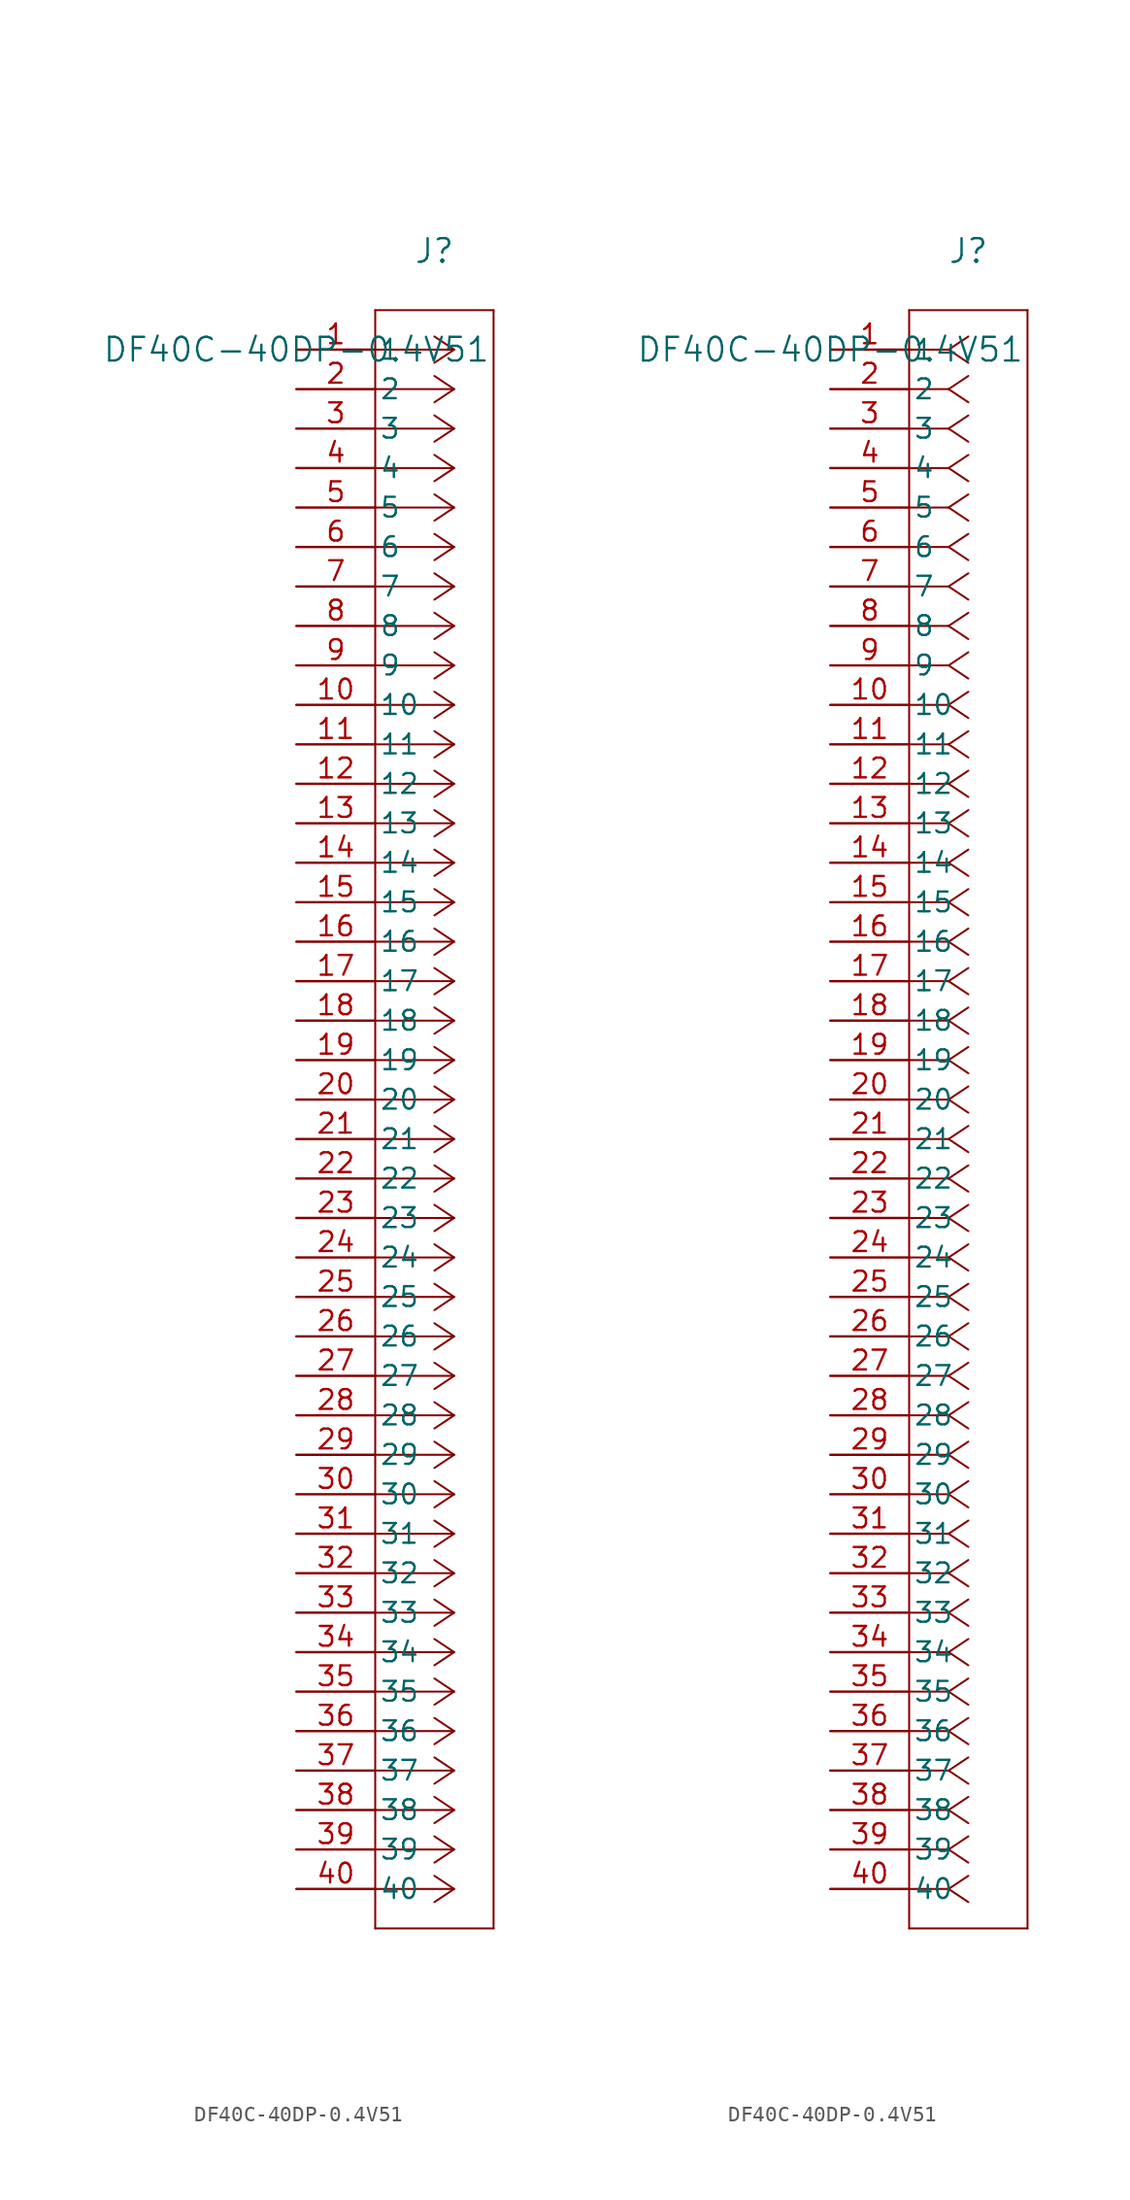
<source format=kicad_sym>
(kicad_symbol_lib
  (version 20211014)
  (generator kicad_symbol_editor)
  (symbol "DF40C-40DP-0.4V51"
    (pin_names
      (offset 0.254))
    (property "Reference" "J"
      (at 8.89 6.35 0)
      (effects (font (size 1.524 1.524))))
    (property "Value" "DF40C-40DP-0.4V51"
      (at 0 0 0)
      (effects (font (size 1.524 1.524))))
    (symbol "DF40C-40DP-0.4V51_1_1"
      (polyline (pts (xy 10.16 0) (xy 5.08 0)) (stroke (width 0.127) (type default) (color 0 0 0 0)) (fill (type none)))
      (polyline (pts (xy 10.16 -2.54) (xy 5.08 -2.54)) (stroke (width 0.127) (type default) (color 0 0 0 0)) (fill (type none)))
      (polyline (pts (xy 10.16 -5.08) (xy 5.08 -5.08)) (stroke (width 0.127) (type default) (color 0 0 0 0)) (fill (type none)))
      (polyline (pts (xy 10.16 -7.62) (xy 5.08 -7.62)) (stroke (width 0.127) (type default) (color 0 0 0 0)) (fill (type none)))
      (polyline (pts (xy 10.16 -10.16) (xy 5.08 -10.16)) (stroke (width 0.127) (type default) (color 0 0 0 0)) (fill (type none)))
      (polyline (pts (xy 10.16 -12.7) (xy 5.08 -12.7)) (stroke (width 0.127) (type default) (color 0 0 0 0)) (fill (type none)))
      (polyline (pts (xy 10.16 -15.24) (xy 5.08 -15.24)) (stroke (width 0.127) (type default) (color 0 0 0 0)) (fill (type none)))
      (polyline (pts (xy 10.16 -17.78) (xy 5.08 -17.78)) (stroke (width 0.127) (type default) (color 0 0 0 0)) (fill (type none)))
      (polyline (pts (xy 10.16 -20.32) (xy 5.08 -20.32)) (stroke (width 0.127) (type default) (color 0 0 0 0)) (fill (type none)))
      (polyline (pts (xy 10.16 -22.86) (xy 5.08 -22.86)) (stroke (width 0.127) (type default) (color 0 0 0 0)) (fill (type none)))
      (polyline (pts (xy 10.16 -25.4) (xy 5.08 -25.4)) (stroke (width 0.127) (type default) (color 0 0 0 0)) (fill (type none)))
      (polyline (pts (xy 10.16 -27.94) (xy 5.08 -27.94)) (stroke (width 0.127) (type default) (color 0 0 0 0)) (fill (type none)))
      (polyline (pts (xy 10.16 -30.48) (xy 5.08 -30.48)) (stroke (width 0.127) (type default) (color 0 0 0 0)) (fill (type none)))
      (polyline (pts (xy 10.16 -33.02) (xy 5.08 -33.02)) (stroke (width 0.127) (type default) (color 0 0 0 0)) (fill (type none)))
      (polyline (pts (xy 10.16 -35.56) (xy 5.08 -35.56)) (stroke (width 0.127) (type default) (color 0 0 0 0)) (fill (type none)))
      (polyline (pts (xy 10.16 -38.1) (xy 5.08 -38.1)) (stroke (width 0.127) (type default) (color 0 0 0 0)) (fill (type none)))
      (polyline (pts (xy 10.16 -40.64) (xy 5.08 -40.64)) (stroke (width 0.127) (type default) (color 0 0 0 0)) (fill (type none)))
      (polyline (pts (xy 10.16 -43.18) (xy 5.08 -43.18)) (stroke (width 0.127) (type default) (color 0 0 0 0)) (fill (type none)))
      (polyline (pts (xy 10.16 -45.72) (xy 5.08 -45.72)) (stroke (width 0.127) (type default) (color 0 0 0 0)) (fill (type none)))
      (polyline (pts (xy 10.16 -48.26) (xy 5.08 -48.26)) (stroke (width 0.127) (type default) (color 0 0 0 0)) (fill (type none)))
      (polyline (pts (xy 10.16 -50.8) (xy 5.08 -50.8)) (stroke (width 0.127) (type default) (color 0 0 0 0)) (fill (type none)))
      (polyline (pts (xy 10.16 -53.34) (xy 5.08 -53.34)) (stroke (width 0.127) (type default) (color 0 0 0 0)) (fill (type none)))
      (polyline (pts (xy 10.16 -55.88) (xy 5.08 -55.88)) (stroke (width 0.127) (type default) (color 0 0 0 0)) (fill (type none)))
      (polyline (pts (xy 10.16 -58.42) (xy 5.08 -58.42)) (stroke (width 0.127) (type default) (color 0 0 0 0)) (fill (type none)))
      (polyline (pts (xy 10.16 -60.96) (xy 5.08 -60.96)) (stroke (width 0.127) (type default) (color 0 0 0 0)) (fill (type none)))
      (polyline (pts (xy 10.16 -63.5) (xy 5.08 -63.5)) (stroke (width 0.127) (type default) (color 0 0 0 0)) (fill (type none)))
      (polyline (pts (xy 10.16 -66.04) (xy 5.08 -66.04)) (stroke (width 0.127) (type default) (color 0 0 0 0)) (fill (type none)))
      (polyline (pts (xy 10.16 -68.58) (xy 5.08 -68.58)) (stroke (width 0.127) (type default) (color 0 0 0 0)) (fill (type none)))
      (polyline (pts (xy 10.16 -71.12) (xy 5.08 -71.12)) (stroke (width 0.127) (type default) (color 0 0 0 0)) (fill (type none)))
      (polyline (pts (xy 10.16 -73.66) (xy 5.08 -73.66)) (stroke (width 0.127) (type default) (color 0 0 0 0)) (fill (type none)))
      (polyline (pts (xy 10.16 -76.2) (xy 5.08 -76.2)) (stroke (width 0.127) (type default) (color 0 0 0 0)) (fill (type none)))
      (polyline (pts (xy 10.16 -78.74) (xy 5.08 -78.74)) (stroke (width 0.127) (type default) (color 0 0 0 0)) (fill (type none)))
      (polyline (pts (xy 10.16 -81.28) (xy 5.08 -81.28)) (stroke (width 0.127) (type default) (color 0 0 0 0)) (fill (type none)))
      (polyline (pts (xy 10.16 -83.82) (xy 5.08 -83.82)) (stroke (width 0.127) (type default) (color 0 0 0 0)) (fill (type none)))
      (polyline (pts (xy 10.16 -86.36) (xy 5.08 -86.36)) (stroke (width 0.127) (type default) (color 0 0 0 0)) (fill (type none)))
      (polyline (pts (xy 10.16 -88.9) (xy 5.08 -88.9)) (stroke (width 0.127) (type default) (color 0 0 0 0)) (fill (type none)))
      (polyline (pts (xy 10.16 -91.44) (xy 5.08 -91.44)) (stroke (width 0.127) (type default) (color 0 0 0 0)) (fill (type none)))
      (polyline (pts (xy 10.16 -93.98) (xy 5.08 -93.98)) (stroke (width 0.127) (type default) (color 0 0 0 0)) (fill (type none)))
      (polyline (pts (xy 10.16 -96.52) (xy 5.08 -96.52)) (stroke (width 0.127) (type default) (color 0 0 0 0)) (fill (type none)))
      (polyline (pts (xy 10.16 -99.06) (xy 5.08 -99.06)) (stroke (width 0.127) (type default) (color 0 0 0 0)) (fill (type none)))
      (polyline (pts (xy 10.16 0) (xy 8.89 0.847)) (stroke (width 0.127) (type default) (color 0 0 0 0)) (fill (type none)))
      (polyline (pts (xy 10.16 -2.54) (xy 8.89 -1.693)) (stroke (width 0.127) (type default) (color 0 0 0 0)) (fill (type none)))
      (polyline (pts (xy 10.16 -5.08) (xy 8.89 -4.233)) (stroke (width 0.127) (type default) (color 0 0 0 0)) (fill (type none)))
      (polyline (pts (xy 10.16 -7.62) (xy 8.89 -6.773)) (stroke (width 0.127) (type default) (color 0 0 0 0)) (fill (type none)))
      (polyline (pts (xy 10.16 -10.16) (xy 8.89 -9.313)) (stroke (width 0.127) (type default) (color 0 0 0 0)) (fill (type none)))
      (polyline (pts (xy 10.16 -12.7) (xy 8.89 -11.853)) (stroke (width 0.127) (type default) (color 0 0 0 0)) (fill (type none)))
      (polyline (pts (xy 10.16 -15.24) (xy 8.89 -14.393)) (stroke (width 0.127) (type default) (color 0 0 0 0)) (fill (type none)))
      (polyline (pts (xy 10.16 -17.78) (xy 8.89 -16.933)) (stroke (width 0.127) (type default) (color 0 0 0 0)) (fill (type none)))
      (polyline (pts (xy 10.16 -20.32) (xy 8.89 -19.473)) (stroke (width 0.127) (type default) (color 0 0 0 0)) (fill (type none)))
      (polyline (pts (xy 10.16 -22.86) (xy 8.89 -22.013)) (stroke (width 0.127) (type default) (color 0 0 0 0)) (fill (type none)))
      (polyline (pts (xy 10.16 -25.4) (xy 8.89 -24.553)) (stroke (width 0.127) (type default) (color 0 0 0 0)) (fill (type none)))
      (polyline (pts (xy 10.16 -27.94) (xy 8.89 -27.093)) (stroke (width 0.127) (type default) (color 0 0 0 0)) (fill (type none)))
      (polyline (pts (xy 10.16 -30.48) (xy 8.89 -29.633)) (stroke (width 0.127) (type default) (color 0 0 0 0)) (fill (type none)))
      (polyline (pts (xy 10.16 -33.02) (xy 8.89 -32.173)) (stroke (width 0.127) (type default) (color 0 0 0 0)) (fill (type none)))
      (polyline (pts (xy 10.16 -35.56) (xy 8.89 -34.713)) (stroke (width 0.127) (type default) (color 0 0 0 0)) (fill (type none)))
      (polyline (pts (xy 10.16 -38.1) (xy 8.89 -37.253)) (stroke (width 0.127) (type default) (color 0 0 0 0)) (fill (type none)))
      (polyline (pts (xy 10.16 -40.64) (xy 8.89 -39.793)) (stroke (width 0.127) (type default) (color 0 0 0 0)) (fill (type none)))
      (polyline (pts (xy 10.16 -43.18) (xy 8.89 -42.333)) (stroke (width 0.127) (type default) (color 0 0 0 0)) (fill (type none)))
      (polyline (pts (xy 10.16 -45.72) (xy 8.89 -44.873)) (stroke (width 0.127) (type default) (color 0 0 0 0)) (fill (type none)))
      (polyline (pts (xy 10.16 -48.26) (xy 8.89 -47.413)) (stroke (width 0.127) (type default) (color 0 0 0 0)) (fill (type none)))
      (polyline (pts (xy 10.16 -50.8) (xy 8.89 -49.953)) (stroke (width 0.127) (type default) (color 0 0 0 0)) (fill (type none)))
      (polyline (pts (xy 10.16 -53.34) (xy 8.89 -52.493)) (stroke (width 0.127) (type default) (color 0 0 0 0)) (fill (type none)))
      (polyline (pts (xy 10.16 -55.88) (xy 8.89 -55.033)) (stroke (width 0.127) (type default) (color 0 0 0 0)) (fill (type none)))
      (polyline (pts (xy 10.16 -58.42) (xy 8.89 -57.573)) (stroke (width 0.127) (type default) (color 0 0 0 0)) (fill (type none)))
      (polyline (pts (xy 10.16 -60.96) (xy 8.89 -60.113)) (stroke (width 0.127) (type default) (color 0 0 0 0)) (fill (type none)))
      (polyline (pts (xy 10.16 -63.5) (xy 8.89 -62.653)) (stroke (width 0.127) (type default) (color 0 0 0 0)) (fill (type none)))
      (polyline (pts (xy 10.16 -66.04) (xy 8.89 -65.193)) (stroke (width 0.127) (type default) (color 0 0 0 0)) (fill (type none)))
      (polyline (pts (xy 10.16 -68.58) (xy 8.89 -67.733)) (stroke (width 0.127) (type default) (color 0 0 0 0)) (fill (type none)))
      (polyline (pts (xy 10.16 -71.12) (xy 8.89 -70.273)) (stroke (width 0.127) (type default) (color 0 0 0 0)) (fill (type none)))
      (polyline (pts (xy 10.16 -73.66) (xy 8.89 -72.813)) (stroke (width 0.127) (type default) (color 0 0 0 0)) (fill (type none)))
      (polyline (pts (xy 10.16 -76.2) (xy 8.89 -75.353)) (stroke (width 0.127) (type default) (color 0 0 0 0)) (fill (type none)))
      (polyline (pts (xy 10.16 -78.74) (xy 8.89 -77.893)) (stroke (width 0.127) (type default) (color 0 0 0 0)) (fill (type none)))
      (polyline (pts (xy 10.16 -81.28) (xy 8.89 -80.433)) (stroke (width 0.127) (type default) (color 0 0 0 0)) (fill (type none)))
      (polyline (pts (xy 10.16 -83.82) (xy 8.89 -82.973)) (stroke (width 0.127) (type default) (color 0 0 0 0)) (fill (type none)))
      (polyline (pts (xy 10.16 -86.36) (xy 8.89 -85.513)) (stroke (width 0.127) (type default) (color 0 0 0 0)) (fill (type none)))
      (polyline (pts (xy 10.16 -88.9) (xy 8.89 -88.053)) (stroke (width 0.127) (type default) (color 0 0 0 0)) (fill (type none)))
      (polyline (pts (xy 10.16 -91.44) (xy 8.89 -90.593)) (stroke (width 0.127) (type default) (color 0 0 0 0)) (fill (type none)))
      (polyline (pts (xy 10.16 -93.98) (xy 8.89 -93.133)) (stroke (width 0.127) (type default) (color 0 0 0 0)) (fill (type none)))
      (polyline (pts (xy 10.16 -96.52) (xy 8.89 -95.673)) (stroke (width 0.127) (type default) (color 0 0 0 0)) (fill (type none)))
      (polyline (pts (xy 10.16 -99.06) (xy 8.89 -98.213)) (stroke (width 0.127) (type default) (color 0 0 0 0)) (fill (type none)))
      (polyline (pts (xy 10.16 0) (xy 8.89 -0.847)) (stroke (width 0.127) (type default) (color 0 0 0 0)) (fill (type none)))
      (polyline (pts (xy 10.16 -2.54) (xy 8.89 -3.387)) (stroke (width 0.127) (type default) (color 0 0 0 0)) (fill (type none)))
      (polyline (pts (xy 10.16 -5.08) (xy 8.89 -5.927)) (stroke (width 0.127) (type default) (color 0 0 0 0)) (fill (type none)))
      (polyline (pts (xy 10.16 -7.62) (xy 8.89 -8.467)) (stroke (width 0.127) (type default) (color 0 0 0 0)) (fill (type none)))
      (polyline (pts (xy 10.16 -10.16) (xy 8.89 -11.007)) (stroke (width 0.127) (type default) (color 0 0 0 0)) (fill (type none)))
      (polyline (pts (xy 10.16 -12.7) (xy 8.89 -13.547)) (stroke (width 0.127) (type default) (color 0 0 0 0)) (fill (type none)))
      (polyline (pts (xy 10.16 -15.24) (xy 8.89 -16.087)) (stroke (width 0.127) (type default) (color 0 0 0 0)) (fill (type none)))
      (polyline (pts (xy 10.16 -17.78) (xy 8.89 -18.627)) (stroke (width 0.127) (type default) (color 0 0 0 0)) (fill (type none)))
      (polyline (pts (xy 10.16 -20.32) (xy 8.89 -21.167)) (stroke (width 0.127) (type default) (color 0 0 0 0)) (fill (type none)))
      (polyline (pts (xy 10.16 -22.86) (xy 8.89 -23.707)) (stroke (width 0.127) (type default) (color 0 0 0 0)) (fill (type none)))
      (polyline (pts (xy 10.16 -25.4) (xy 8.89 -26.247)) (stroke (width 0.127) (type default) (color 0 0 0 0)) (fill (type none)))
      (polyline (pts (xy 10.16 -27.94) (xy 8.89 -28.787)) (stroke (width 0.127) (type default) (color 0 0 0 0)) (fill (type none)))
      (polyline (pts (xy 10.16 -30.48) (xy 8.89 -31.327)) (stroke (width 0.127) (type default) (color 0 0 0 0)) (fill (type none)))
      (polyline (pts (xy 10.16 -33.02) (xy 8.89 -33.867)) (stroke (width 0.127) (type default) (color 0 0 0 0)) (fill (type none)))
      (polyline (pts (xy 10.16 -35.56) (xy 8.89 -36.407)) (stroke (width 0.127) (type default) (color 0 0 0 0)) (fill (type none)))
      (polyline (pts (xy 10.16 -38.1) (xy 8.89 -38.947)) (stroke (width 0.127) (type default) (color 0 0 0 0)) (fill (type none)))
      (polyline (pts (xy 10.16 -40.64) (xy 8.89 -41.487)) (stroke (width 0.127) (type default) (color 0 0 0 0)) (fill (type none)))
      (polyline (pts (xy 10.16 -43.18) (xy 8.89 -44.027)) (stroke (width 0.127) (type default) (color 0 0 0 0)) (fill (type none)))
      (polyline (pts (xy 10.16 -45.72) (xy 8.89 -46.567)) (stroke (width 0.127) (type default) (color 0 0 0 0)) (fill (type none)))
      (polyline (pts (xy 10.16 -48.26) (xy 8.89 -49.107)) (stroke (width 0.127) (type default) (color 0 0 0 0)) (fill (type none)))
      (polyline (pts (xy 10.16 -50.8) (xy 8.89 -51.647)) (stroke (width 0.127) (type default) (color 0 0 0 0)) (fill (type none)))
      (polyline (pts (xy 10.16 -53.34) (xy 8.89 -54.187)) (stroke (width 0.127) (type default) (color 0 0 0 0)) (fill (type none)))
      (polyline (pts (xy 10.16 -55.88) (xy 8.89 -56.727)) (stroke (width 0.127) (type default) (color 0 0 0 0)) (fill (type none)))
      (polyline (pts (xy 10.16 -58.42) (xy 8.89 -59.267)) (stroke (width 0.127) (type default) (color 0 0 0 0)) (fill (type none)))
      (polyline (pts (xy 10.16 -60.96) (xy 8.89 -61.807)) (stroke (width 0.127) (type default) (color 0 0 0 0)) (fill (type none)))
      (polyline (pts (xy 10.16 -63.5) (xy 8.89 -64.347)) (stroke (width 0.127) (type default) (color 0 0 0 0)) (fill (type none)))
      (polyline (pts (xy 10.16 -66.04) (xy 8.89 -66.887)) (stroke (width 0.127) (type default) (color 0 0 0 0)) (fill (type none)))
      (polyline (pts (xy 10.16 -68.58) (xy 8.89 -69.427)) (stroke (width 0.127) (type default) (color 0 0 0 0)) (fill (type none)))
      (polyline (pts (xy 10.16 -71.12) (xy 8.89 -71.967)) (stroke (width 0.127) (type default) (color 0 0 0 0)) (fill (type none)))
      (polyline (pts (xy 10.16 -73.66) (xy 8.89 -74.507)) (stroke (width 0.127) (type default) (color 0 0 0 0)) (fill (type none)))
      (polyline (pts (xy 10.16 -76.2) (xy 8.89 -77.047)) (stroke (width 0.127) (type default) (color 0 0 0 0)) (fill (type none)))
      (polyline (pts (xy 10.16 -78.74) (xy 8.89 -79.587)) (stroke (width 0.127) (type default) (color 0 0 0 0)) (fill (type none)))
      (polyline (pts (xy 10.16 -81.28) (xy 8.89 -82.127)) (stroke (width 0.127) (type default) (color 0 0 0 0)) (fill (type none)))
      (polyline (pts (xy 10.16 -83.82) (xy 8.89 -84.667)) (stroke (width 0.127) (type default) (color 0 0 0 0)) (fill (type none)))
      (polyline (pts (xy 10.16 -86.36) (xy 8.89 -87.207)) (stroke (width 0.127) (type default) (color 0 0 0 0)) (fill (type none)))
      (polyline (pts (xy 10.16 -88.9) (xy 8.89 -89.747)) (stroke (width 0.127) (type default) (color 0 0 0 0)) (fill (type none)))
      (polyline (pts (xy 10.16 -91.44) (xy 8.89 -92.287)) (stroke (width 0.127) (type default) (color 0 0 0 0)) (fill (type none)))
      (polyline (pts (xy 10.16 -93.98) (xy 8.89 -94.827)) (stroke (width 0.127) (type default) (color 0 0 0 0)) (fill (type none)))
      (polyline (pts (xy 10.16 -96.52) (xy 8.89 -97.367)) (stroke (width 0.127) (type default) (color 0 0 0 0)) (fill (type none)))
      (polyline (pts (xy 10.16 -99.06) (xy 8.89 -99.907)) (stroke (width 0.127) (type default) (color 0 0 0 0)) (fill (type none)))
      (polyline (pts (xy 5.08 2.54) (xy 5.08 -101.6)) (stroke (width 0.127) (type default) (color 0 0 0 0)) (fill (type none)))
      (polyline (pts (xy 5.08 -101.6) (xy 12.7 -101.6)) (stroke (width 0.127) (type default) (color 0 0 0 0)) (fill (type none)))
      (polyline (pts (xy 12.7 -101.6) (xy 12.7 2.54)) (stroke (width 0.127) (type default) (color 0 0 0 0)) (fill (type none)))
      (polyline (pts (xy 12.7 2.54) (xy 5.08 2.54)) (stroke (width 0.127) (type default) (color 0 0 0 0)) (fill (type none)))
      (pin unspecified line (at 0 0 0) (length 5.08) (name "1" (effects (font (size 1.27 1.27)))) (number "1" (effects (font (size 1.27 1.27)))))
      (pin unspecified line (at 0 -2.54 0) (length 5.08) (name "2" (effects (font (size 1.27 1.27)))) (number "2" (effects (font (size 1.27 1.27)))))
      (pin unspecified line (at 0 -5.08 0) (length 5.08) (name "3" (effects (font (size 1.27 1.27)))) (number "3" (effects (font (size 1.27 1.27)))))
      (pin unspecified line (at 0 -7.62 0) (length 5.08) (name "4" (effects (font (size 1.27 1.27)))) (number "4" (effects (font (size 1.27 1.27)))))
      (pin unspecified line (at 0 -10.16 0) (length 5.08) (name "5" (effects (font (size 1.27 1.27)))) (number "5" (effects (font (size 1.27 1.27)))))
      (pin unspecified line (at 0 -12.7 0) (length 5.08) (name "6" (effects (font (size 1.27 1.27)))) (number "6" (effects (font (size 1.27 1.27)))))
      (pin unspecified line (at 0 -15.24 0) (length 5.08) (name "7" (effects (font (size 1.27 1.27)))) (number "7" (effects (font (size 1.27 1.27)))))
      (pin unspecified line (at 0 -17.78 0) (length 5.08) (name "8" (effects (font (size 1.27 1.27)))) (number "8" (effects (font (size 1.27 1.27)))))
      (pin unspecified line (at 0 -20.32 0) (length 5.08) (name "9" (effects (font (size 1.27 1.27)))) (number "9" (effects (font (size 1.27 1.27)))))
      (pin unspecified line (at 0 -22.86 0) (length 5.08) (name "10" (effects (font (size 1.27 1.27)))) (number "10" (effects (font (size 1.27 1.27)))))
      (pin unspecified line (at 0 -25.4 0) (length 5.08) (name "11" (effects (font (size 1.27 1.27)))) (number "11" (effects (font (size 1.27 1.27)))))
      (pin unspecified line (at 0 -27.94 0) (length 5.08) (name "12" (effects (font (size 1.27 1.27)))) (number "12" (effects (font (size 1.27 1.27)))))
      (pin unspecified line (at 0 -30.48 0) (length 5.08) (name "13" (effects (font (size 1.27 1.27)))) (number "13" (effects (font (size 1.27 1.27)))))
      (pin unspecified line (at 0 -33.02 0) (length 5.08) (name "14" (effects (font (size 1.27 1.27)))) (number "14" (effects (font (size 1.27 1.27)))))
      (pin unspecified line (at 0 -35.56 0) (length 5.08) (name "15" (effects (font (size 1.27 1.27)))) (number "15" (effects (font (size 1.27 1.27)))))
      (pin unspecified line (at 0 -38.1 0) (length 5.08) (name "16" (effects (font (size 1.27 1.27)))) (number "16" (effects (font (size 1.27 1.27)))))
      (pin unspecified line (at 0 -40.64 0) (length 5.08) (name "17" (effects (font (size 1.27 1.27)))) (number "17" (effects (font (size 1.27 1.27)))))
      (pin unspecified line (at 0 -43.18 0) (length 5.08) (name "18" (effects (font (size 1.27 1.27)))) (number "18" (effects (font (size 1.27 1.27)))))
      (pin unspecified line (at 0 -45.72 0) (length 5.08) (name "19" (effects (font (size 1.27 1.27)))) (number "19" (effects (font (size 1.27 1.27)))))
      (pin unspecified line (at 0 -48.26 0) (length 5.08) (name "20" (effects (font (size 1.27 1.27)))) (number "20" (effects (font (size 1.27 1.27)))))
      (pin unspecified line (at 0 -50.8 0) (length 5.08) (name "21" (effects (font (size 1.27 1.27)))) (number "21" (effects (font (size 1.27 1.27)))))
      (pin unspecified line (at 0 -53.34 0) (length 5.08) (name "22" (effects (font (size 1.27 1.27)))) (number "22" (effects (font (size 1.27 1.27)))))
      (pin unspecified line (at 0 -55.88 0) (length 5.08) (name "23" (effects (font (size 1.27 1.27)))) (number "23" (effects (font (size 1.27 1.27)))))
      (pin unspecified line (at 0 -58.42 0) (length 5.08) (name "24" (effects (font (size 1.27 1.27)))) (number "24" (effects (font (size 1.27 1.27)))))
      (pin unspecified line (at 0 -60.96 0) (length 5.08) (name "25" (effects (font (size 1.27 1.27)))) (number "25" (effects (font (size 1.27 1.27)))))
      (pin unspecified line (at 0 -63.5 0) (length 5.08) (name "26" (effects (font (size 1.27 1.27)))) (number "26" (effects (font (size 1.27 1.27)))))
      (pin unspecified line (at 0 -66.04 0) (length 5.08) (name "27" (effects (font (size 1.27 1.27)))) (number "27" (effects (font (size 1.27 1.27)))))
      (pin unspecified line (at 0 -68.58 0) (length 5.08) (name "28" (effects (font (size 1.27 1.27)))) (number "28" (effects (font (size 1.27 1.27)))))
      (pin unspecified line (at 0 -71.12 0) (length 5.08) (name "29" (effects (font (size 1.27 1.27)))) (number "29" (effects (font (size 1.27 1.27)))))
      (pin unspecified line (at 0 -73.66 0) (length 5.08) (name "30" (effects (font (size 1.27 1.27)))) (number "30" (effects (font (size 1.27 1.27)))))
      (pin unspecified line (at 0 -76.2 0) (length 5.08) (name "31" (effects (font (size 1.27 1.27)))) (number "31" (effects (font (size 1.27 1.27)))))
      (pin unspecified line (at 0 -78.74 0) (length 5.08) (name "32" (effects (font (size 1.27 1.27)))) (number "32" (effects (font (size 1.27 1.27)))))
      (pin unspecified line (at 0 -81.28 0) (length 5.08) (name "33" (effects (font (size 1.27 1.27)))) (number "33" (effects (font (size 1.27 1.27)))))
      (pin unspecified line (at 0 -83.82 0) (length 5.08) (name "34" (effects (font (size 1.27 1.27)))) (number "34" (effects (font (size 1.27 1.27)))))
      (pin unspecified line (at 0 -86.36 0) (length 5.08) (name "35" (effects (font (size 1.27 1.27)))) (number "35" (effects (font (size 1.27 1.27)))))
      (pin unspecified line (at 0 -88.9 0) (length 5.08) (name "36" (effects (font (size 1.27 1.27)))) (number "36" (effects (font (size 1.27 1.27)))))
      (pin unspecified line (at 0 -91.44 0) (length 5.08) (name "37" (effects (font (size 1.27 1.27)))) (number "37" (effects (font (size 1.27 1.27)))))
      (pin unspecified line (at 0 -93.98 0) (length 5.08) (name "38" (effects (font (size 1.27 1.27)))) (number "38" (effects (font (size 1.27 1.27)))))
      (pin unspecified line (at 0 -96.52 0) (length 5.08) (name "39" (effects (font (size 1.27 1.27)))) (number "39" (effects (font (size 1.27 1.27)))))
      (pin unspecified line (at 0 -99.06 0) (length 5.08) (name "40" (effects (font (size 1.27 1.27)))) (number "40" (effects (font (size 1.27 1.27))))))
    (symbol "DF40C-40DP-0.4V51_1_2"
      (polyline (pts (xy 7.62 0) (xy 5.08 0)) (stroke (width 0.127) (type default) (color 0 0 0 0)) (fill (type none)))
      (polyline (pts (xy 7.62 -2.54) (xy 5.08 -2.54)) (stroke (width 0.127) (type default) (color 0 0 0 0)) (fill (type none)))
      (polyline (pts (xy 7.62 -5.08) (xy 5.08 -5.08)) (stroke (width 0.127) (type default) (color 0 0 0 0)) (fill (type none)))
      (polyline (pts (xy 7.62 -7.62) (xy 5.08 -7.62)) (stroke (width 0.127) (type default) (color 0 0 0 0)) (fill (type none)))
      (polyline (pts (xy 7.62 -10.16) (xy 5.08 -10.16)) (stroke (width 0.127) (type default) (color 0 0 0 0)) (fill (type none)))
      (polyline (pts (xy 7.62 -12.7) (xy 5.08 -12.7)) (stroke (width 0.127) (type default) (color 0 0 0 0)) (fill (type none)))
      (polyline (pts (xy 7.62 -15.24) (xy 5.08 -15.24)) (stroke (width 0.127) (type default) (color 0 0 0 0)) (fill (type none)))
      (polyline (pts (xy 7.62 -17.78) (xy 5.08 -17.78)) (stroke (width 0.127) (type default) (color 0 0 0 0)) (fill (type none)))
      (polyline (pts (xy 7.62 -20.32) (xy 5.08 -20.32)) (stroke (width 0.127) (type default) (color 0 0 0 0)) (fill (type none)))
      (polyline (pts (xy 7.62 -22.86) (xy 5.08 -22.86)) (stroke (width 0.127) (type default) (color 0 0 0 0)) (fill (type none)))
      (polyline (pts (xy 7.62 -25.4) (xy 5.08 -25.4)) (stroke (width 0.127) (type default) (color 0 0 0 0)) (fill (type none)))
      (polyline (pts (xy 7.62 -27.94) (xy 5.08 -27.94)) (stroke (width 0.127) (type default) (color 0 0 0 0)) (fill (type none)))
      (polyline (pts (xy 7.62 -30.48) (xy 5.08 -30.48)) (stroke (width 0.127) (type default) (color 0 0 0 0)) (fill (type none)))
      (polyline (pts (xy 7.62 -33.02) (xy 5.08 -33.02)) (stroke (width 0.127) (type default) (color 0 0 0 0)) (fill (type none)))
      (polyline (pts (xy 7.62 -35.56) (xy 5.08 -35.56)) (stroke (width 0.127) (type default) (color 0 0 0 0)) (fill (type none)))
      (polyline (pts (xy 7.62 -38.1) (xy 5.08 -38.1)) (stroke (width 0.127) (type default) (color 0 0 0 0)) (fill (type none)))
      (polyline (pts (xy 7.62 -40.64) (xy 5.08 -40.64)) (stroke (width 0.127) (type default) (color 0 0 0 0)) (fill (type none)))
      (polyline (pts (xy 7.62 -43.18) (xy 5.08 -43.18)) (stroke (width 0.127) (type default) (color 0 0 0 0)) (fill (type none)))
      (polyline (pts (xy 7.62 -45.72) (xy 5.08 -45.72)) (stroke (width 0.127) (type default) (color 0 0 0 0)) (fill (type none)))
      (polyline (pts (xy 7.62 -48.26) (xy 5.08 -48.26)) (stroke (width 0.127) (type default) (color 0 0 0 0)) (fill (type none)))
      (polyline (pts (xy 7.62 -50.8) (xy 5.08 -50.8)) (stroke (width 0.127) (type default) (color 0 0 0 0)) (fill (type none)))
      (polyline (pts (xy 7.62 -53.34) (xy 5.08 -53.34)) (stroke (width 0.127) (type default) (color 0 0 0 0)) (fill (type none)))
      (polyline (pts (xy 7.62 -55.88) (xy 5.08 -55.88)) (stroke (width 0.127) (type default) (color 0 0 0 0)) (fill (type none)))
      (polyline (pts (xy 7.62 -58.42) (xy 5.08 -58.42)) (stroke (width 0.127) (type default) (color 0 0 0 0)) (fill (type none)))
      (polyline (pts (xy 7.62 -60.96) (xy 5.08 -60.96)) (stroke (width 0.127) (type default) (color 0 0 0 0)) (fill (type none)))
      (polyline (pts (xy 7.62 -63.5) (xy 5.08 -63.5)) (stroke (width 0.127) (type default) (color 0 0 0 0)) (fill (type none)))
      (polyline (pts (xy 7.62 -66.04) (xy 5.08 -66.04)) (stroke (width 0.127) (type default) (color 0 0 0 0)) (fill (type none)))
      (polyline (pts (xy 7.62 -68.58) (xy 5.08 -68.58)) (stroke (width 0.127) (type default) (color 0 0 0 0)) (fill (type none)))
      (polyline (pts (xy 7.62 -71.12) (xy 5.08 -71.12)) (stroke (width 0.127) (type default) (color 0 0 0 0)) (fill (type none)))
      (polyline (pts (xy 7.62 -73.66) (xy 5.08 -73.66)) (stroke (width 0.127) (type default) (color 0 0 0 0)) (fill (type none)))
      (polyline (pts (xy 7.62 -76.2) (xy 5.08 -76.2)) (stroke (width 0.127) (type default) (color 0 0 0 0)) (fill (type none)))
      (polyline (pts (xy 7.62 -78.74) (xy 5.08 -78.74)) (stroke (width 0.127) (type default) (color 0 0 0 0)) (fill (type none)))
      (polyline (pts (xy 7.62 -81.28) (xy 5.08 -81.28)) (stroke (width 0.127) (type default) (color 0 0 0 0)) (fill (type none)))
      (polyline (pts (xy 7.62 -83.82) (xy 5.08 -83.82)) (stroke (width 0.127) (type default) (color 0 0 0 0)) (fill (type none)))
      (polyline (pts (xy 7.62 -86.36) (xy 5.08 -86.36)) (stroke (width 0.127) (type default) (color 0 0 0 0)) (fill (type none)))
      (polyline (pts (xy 7.62 -88.9) (xy 5.08 -88.9)) (stroke (width 0.127) (type default) (color 0 0 0 0)) (fill (type none)))
      (polyline (pts (xy 7.62 -91.44) (xy 5.08 -91.44)) (stroke (width 0.127) (type default) (color 0 0 0 0)) (fill (type none)))
      (polyline (pts (xy 7.62 -93.98) (xy 5.08 -93.98)) (stroke (width 0.127) (type default) (color 0 0 0 0)) (fill (type none)))
      (polyline (pts (xy 7.62 -96.52) (xy 5.08 -96.52)) (stroke (width 0.127) (type default) (color 0 0 0 0)) (fill (type none)))
      (polyline (pts (xy 7.62 -99.06) (xy 5.08 -99.06)) (stroke (width 0.127) (type default) (color 0 0 0 0)) (fill (type none)))
      (polyline (pts (xy 7.62 0) (xy 8.89 0.847)) (stroke (width 0.127) (type default) (color 0 0 0 0)) (fill (type none)))
      (polyline (pts (xy 7.62 -2.54) (xy 8.89 -1.693)) (stroke (width 0.127) (type default) (color 0 0 0 0)) (fill (type none)))
      (polyline (pts (xy 7.62 -5.08) (xy 8.89 -4.233)) (stroke (width 0.127) (type default) (color 0 0 0 0)) (fill (type none)))
      (polyline (pts (xy 7.62 -7.62) (xy 8.89 -6.773)) (stroke (width 0.127) (type default) (color 0 0 0 0)) (fill (type none)))
      (polyline (pts (xy 7.62 -10.16) (xy 8.89 -9.313)) (stroke (width 0.127) (type default) (color 0 0 0 0)) (fill (type none)))
      (polyline (pts (xy 7.62 -12.7) (xy 8.89 -11.853)) (stroke (width 0.127) (type default) (color 0 0 0 0)) (fill (type none)))
      (polyline (pts (xy 7.62 -15.24) (xy 8.89 -14.393)) (stroke (width 0.127) (type default) (color 0 0 0 0)) (fill (type none)))
      (polyline (pts (xy 7.62 -17.78) (xy 8.89 -16.933)) (stroke (width 0.127) (type default) (color 0 0 0 0)) (fill (type none)))
      (polyline (pts (xy 7.62 -20.32) (xy 8.89 -19.473)) (stroke (width 0.127) (type default) (color 0 0 0 0)) (fill (type none)))
      (polyline (pts (xy 7.62 -22.86) (xy 8.89 -22.013)) (stroke (width 0.127) (type default) (color 0 0 0 0)) (fill (type none)))
      (polyline (pts (xy 7.62 -25.4) (xy 8.89 -24.553)) (stroke (width 0.127) (type default) (color 0 0 0 0)) (fill (type none)))
      (polyline (pts (xy 7.62 -27.94) (xy 8.89 -27.093)) (stroke (width 0.127) (type default) (color 0 0 0 0)) (fill (type none)))
      (polyline (pts (xy 7.62 -30.48) (xy 8.89 -29.633)) (stroke (width 0.127) (type default) (color 0 0 0 0)) (fill (type none)))
      (polyline (pts (xy 7.62 -33.02) (xy 8.89 -32.173)) (stroke (width 0.127) (type default) (color 0 0 0 0)) (fill (type none)))
      (polyline (pts (xy 7.62 -35.56) (xy 8.89 -34.713)) (stroke (width 0.127) (type default) (color 0 0 0 0)) (fill (type none)))
      (polyline (pts (xy 7.62 -38.1) (xy 8.89 -37.253)) (stroke (width 0.127) (type default) (color 0 0 0 0)) (fill (type none)))
      (polyline (pts (xy 7.62 -40.64) (xy 8.89 -39.793)) (stroke (width 0.127) (type default) (color 0 0 0 0)) (fill (type none)))
      (polyline (pts (xy 7.62 -43.18) (xy 8.89 -42.333)) (stroke (width 0.127) (type default) (color 0 0 0 0)) (fill (type none)))
      (polyline (pts (xy 7.62 -45.72) (xy 8.89 -44.873)) (stroke (width 0.127) (type default) (color 0 0 0 0)) (fill (type none)))
      (polyline (pts (xy 7.62 -48.26) (xy 8.89 -47.413)) (stroke (width 0.127) (type default) (color 0 0 0 0)) (fill (type none)))
      (polyline (pts (xy 7.62 -50.8) (xy 8.89 -49.953)) (stroke (width 0.127) (type default) (color 0 0 0 0)) (fill (type none)))
      (polyline (pts (xy 7.62 -53.34) (xy 8.89 -52.493)) (stroke (width 0.127) (type default) (color 0 0 0 0)) (fill (type none)))
      (polyline (pts (xy 7.62 -55.88) (xy 8.89 -55.033)) (stroke (width 0.127) (type default) (color 0 0 0 0)) (fill (type none)))
      (polyline (pts (xy 7.62 -58.42) (xy 8.89 -57.573)) (stroke (width 0.127) (type default) (color 0 0 0 0)) (fill (type none)))
      (polyline (pts (xy 7.62 -60.96) (xy 8.89 -60.113)) (stroke (width 0.127) (type default) (color 0 0 0 0)) (fill (type none)))
      (polyline (pts (xy 7.62 -63.5) (xy 8.89 -62.653)) (stroke (width 0.127) (type default) (color 0 0 0 0)) (fill (type none)))
      (polyline (pts (xy 7.62 -66.04) (xy 8.89 -65.193)) (stroke (width 0.127) (type default) (color 0 0 0 0)) (fill (type none)))
      (polyline (pts (xy 7.62 -68.58) (xy 8.89 -67.733)) (stroke (width 0.127) (type default) (color 0 0 0 0)) (fill (type none)))
      (polyline (pts (xy 7.62 -71.12) (xy 8.89 -70.273)) (stroke (width 0.127) (type default) (color 0 0 0 0)) (fill (type none)))
      (polyline (pts (xy 7.62 -73.66) (xy 8.89 -72.813)) (stroke (width 0.127) (type default) (color 0 0 0 0)) (fill (type none)))
      (polyline (pts (xy 7.62 -76.2) (xy 8.89 -75.353)) (stroke (width 0.127) (type default) (color 0 0 0 0)) (fill (type none)))
      (polyline (pts (xy 7.62 -78.74) (xy 8.89 -77.893)) (stroke (width 0.127) (type default) (color 0 0 0 0)) (fill (type none)))
      (polyline (pts (xy 7.62 -81.28) (xy 8.89 -80.433)) (stroke (width 0.127) (type default) (color 0 0 0 0)) (fill (type none)))
      (polyline (pts (xy 7.62 -83.82) (xy 8.89 -82.973)) (stroke (width 0.127) (type default) (color 0 0 0 0)) (fill (type none)))
      (polyline (pts (xy 7.62 -86.36) (xy 8.89 -85.513)) (stroke (width 0.127) (type default) (color 0 0 0 0)) (fill (type none)))
      (polyline (pts (xy 7.62 -88.9) (xy 8.89 -88.053)) (stroke (width 0.127) (type default) (color 0 0 0 0)) (fill (type none)))
      (polyline (pts (xy 7.62 -91.44) (xy 8.89 -90.593)) (stroke (width 0.127) (type default) (color 0 0 0 0)) (fill (type none)))
      (polyline (pts (xy 7.62 -93.98) (xy 8.89 -93.133)) (stroke (width 0.127) (type default) (color 0 0 0 0)) (fill (type none)))
      (polyline (pts (xy 7.62 -96.52) (xy 8.89 -95.673)) (stroke (width 0.127) (type default) (color 0 0 0 0)) (fill (type none)))
      (polyline (pts (xy 7.62 -99.06) (xy 8.89 -98.213)) (stroke (width 0.127) (type default) (color 0 0 0 0)) (fill (type none)))
      (polyline (pts (xy 7.62 0) (xy 8.89 -0.847)) (stroke (width 0.127) (type default) (color 0 0 0 0)) (fill (type none)))
      (polyline (pts (xy 7.62 -2.54) (xy 8.89 -3.387)) (stroke (width 0.127) (type default) (color 0 0 0 0)) (fill (type none)))
      (polyline (pts (xy 7.62 -5.08) (xy 8.89 -5.927)) (stroke (width 0.127) (type default) (color 0 0 0 0)) (fill (type none)))
      (polyline (pts (xy 7.62 -7.62) (xy 8.89 -8.467)) (stroke (width 0.127) (type default) (color 0 0 0 0)) (fill (type none)))
      (polyline (pts (xy 7.62 -10.16) (xy 8.89 -11.007)) (stroke (width 0.127) (type default) (color 0 0 0 0)) (fill (type none)))
      (polyline (pts (xy 7.62 -12.7) (xy 8.89 -13.547)) (stroke (width 0.127) (type default) (color 0 0 0 0)) (fill (type none)))
      (polyline (pts (xy 7.62 -15.24) (xy 8.89 -16.087)) (stroke (width 0.127) (type default) (color 0 0 0 0)) (fill (type none)))
      (polyline (pts (xy 7.62 -17.78) (xy 8.89 -18.627)) (stroke (width 0.127) (type default) (color 0 0 0 0)) (fill (type none)))
      (polyline (pts (xy 7.62 -20.32) (xy 8.89 -21.167)) (stroke (width 0.127) (type default) (color 0 0 0 0)) (fill (type none)))
      (polyline (pts (xy 7.62 -22.86) (xy 8.89 -23.707)) (stroke (width 0.127) (type default) (color 0 0 0 0)) (fill (type none)))
      (polyline (pts (xy 7.62 -25.4) (xy 8.89 -26.247)) (stroke (width 0.127) (type default) (color 0 0 0 0)) (fill (type none)))
      (polyline (pts (xy 7.62 -27.94) (xy 8.89 -28.787)) (stroke (width 0.127) (type default) (color 0 0 0 0)) (fill (type none)))
      (polyline (pts (xy 7.62 -30.48) (xy 8.89 -31.327)) (stroke (width 0.127) (type default) (color 0 0 0 0)) (fill (type none)))
      (polyline (pts (xy 7.62 -33.02) (xy 8.89 -33.867)) (stroke (width 0.127) (type default) (color 0 0 0 0)) (fill (type none)))
      (polyline (pts (xy 7.62 -35.56) (xy 8.89 -36.407)) (stroke (width 0.127) (type default) (color 0 0 0 0)) (fill (type none)))
      (polyline (pts (xy 7.62 -38.1) (xy 8.89 -38.947)) (stroke (width 0.127) (type default) (color 0 0 0 0)) (fill (type none)))
      (polyline (pts (xy 7.62 -40.64) (xy 8.89 -41.487)) (stroke (width 0.127) (type default) (color 0 0 0 0)) (fill (type none)))
      (polyline (pts (xy 7.62 -43.18) (xy 8.89 -44.027)) (stroke (width 0.127) (type default) (color 0 0 0 0)) (fill (type none)))
      (polyline (pts (xy 7.62 -45.72) (xy 8.89 -46.567)) (stroke (width 0.127) (type default) (color 0 0 0 0)) (fill (type none)))
      (polyline (pts (xy 7.62 -48.26) (xy 8.89 -49.107)) (stroke (width 0.127) (type default) (color 0 0 0 0)) (fill (type none)))
      (polyline (pts (xy 7.62 -50.8) (xy 8.89 -51.647)) (stroke (width 0.127) (type default) (color 0 0 0 0)) (fill (type none)))
      (polyline (pts (xy 7.62 -53.34) (xy 8.89 -54.187)) (stroke (width 0.127) (type default) (color 0 0 0 0)) (fill (type none)))
      (polyline (pts (xy 7.62 -55.88) (xy 8.89 -56.727)) (stroke (width 0.127) (type default) (color 0 0 0 0)) (fill (type none)))
      (polyline (pts (xy 7.62 -58.42) (xy 8.89 -59.267)) (stroke (width 0.127) (type default) (color 0 0 0 0)) (fill (type none)))
      (polyline (pts (xy 7.62 -60.96) (xy 8.89 -61.807)) (stroke (width 0.127) (type default) (color 0 0 0 0)) (fill (type none)))
      (polyline (pts (xy 7.62 -63.5) (xy 8.89 -64.347)) (stroke (width 0.127) (type default) (color 0 0 0 0)) (fill (type none)))
      (polyline (pts (xy 7.62 -66.04) (xy 8.89 -66.887)) (stroke (width 0.127) (type default) (color 0 0 0 0)) (fill (type none)))
      (polyline (pts (xy 7.62 -68.58) (xy 8.89 -69.427)) (stroke (width 0.127) (type default) (color 0 0 0 0)) (fill (type none)))
      (polyline (pts (xy 7.62 -71.12) (xy 8.89 -71.967)) (stroke (width 0.127) (type default) (color 0 0 0 0)) (fill (type none)))
      (polyline (pts (xy 7.62 -73.66) (xy 8.89 -74.507)) (stroke (width 0.127) (type default) (color 0 0 0 0)) (fill (type none)))
      (polyline (pts (xy 7.62 -76.2) (xy 8.89 -77.047)) (stroke (width 0.127) (type default) (color 0 0 0 0)) (fill (type none)))
      (polyline (pts (xy 7.62 -78.74) (xy 8.89 -79.587)) (stroke (width 0.127) (type default) (color 0 0 0 0)) (fill (type none)))
      (polyline (pts (xy 7.62 -81.28) (xy 8.89 -82.127)) (stroke (width 0.127) (type default) (color 0 0 0 0)) (fill (type none)))
      (polyline (pts (xy 7.62 -83.82) (xy 8.89 -84.667)) (stroke (width 0.127) (type default) (color 0 0 0 0)) (fill (type none)))
      (polyline (pts (xy 7.62 -86.36) (xy 8.89 -87.207)) (stroke (width 0.127) (type default) (color 0 0 0 0)) (fill (type none)))
      (polyline (pts (xy 7.62 -88.9) (xy 8.89 -89.747)) (stroke (width 0.127) (type default) (color 0 0 0 0)) (fill (type none)))
      (polyline (pts (xy 7.62 -91.44) (xy 8.89 -92.287)) (stroke (width 0.127) (type default) (color 0 0 0 0)) (fill (type none)))
      (polyline (pts (xy 7.62 -93.98) (xy 8.89 -94.827)) (stroke (width 0.127) (type default) (color 0 0 0 0)) (fill (type none)))
      (polyline (pts (xy 7.62 -96.52) (xy 8.89 -97.367)) (stroke (width 0.127) (type default) (color 0 0 0 0)) (fill (type none)))
      (polyline (pts (xy 7.62 -99.06) (xy 8.89 -99.907)) (stroke (width 0.127) (type default) (color 0 0 0 0)) (fill (type none)))
      (polyline (pts (xy 5.08 2.54) (xy 5.08 -101.6)) (stroke (width 0.127) (type default) (color 0 0 0 0)) (fill (type none)))
      (polyline (pts (xy 5.08 -101.6) (xy 12.7 -101.6)) (stroke (width 0.127) (type default) (color 0 0 0 0)) (fill (type none)))
      (polyline (pts (xy 12.7 -101.6) (xy 12.7 2.54)) (stroke (width 0.127) (type default) (color 0 0 0 0)) (fill (type none)))
      (polyline (pts (xy 12.7 2.54) (xy 5.08 2.54)) (stroke (width 0.127) (type default) (color 0 0 0 0)) (fill (type none)))
      (pin unspecified line (at 0 0 0) (length 5.08) (name "1" (effects (font (size 1.27 1.27)))) (number "1" (effects (font (size 1.27 1.27)))))
      (pin unspecified line (at 0 -2.54 0) (length 5.08) (name "2" (effects (font (size 1.27 1.27)))) (number "2" (effects (font (size 1.27 1.27)))))
      (pin unspecified line (at 0 -5.08 0) (length 5.08) (name "3" (effects (font (size 1.27 1.27)))) (number "3" (effects (font (size 1.27 1.27)))))
      (pin unspecified line (at 0 -7.62 0) (length 5.08) (name "4" (effects (font (size 1.27 1.27)))) (number "4" (effects (font (size 1.27 1.27)))))
      (pin unspecified line (at 0 -10.16 0) (length 5.08) (name "5" (effects (font (size 1.27 1.27)))) (number "5" (effects (font (size 1.27 1.27)))))
      (pin unspecified line (at 0 -12.7 0) (length 5.08) (name "6" (effects (font (size 1.27 1.27)))) (number "6" (effects (font (size 1.27 1.27)))))
      (pin unspecified line (at 0 -15.24 0) (length 5.08) (name "7" (effects (font (size 1.27 1.27)))) (number "7" (effects (font (size 1.27 1.27)))))
      (pin unspecified line (at 0 -17.78 0) (length 5.08) (name "8" (effects (font (size 1.27 1.27)))) (number "8" (effects (font (size 1.27 1.27)))))
      (pin unspecified line (at 0 -20.32 0) (length 5.08) (name "9" (effects (font (size 1.27 1.27)))) (number "9" (effects (font (size 1.27 1.27)))))
      (pin unspecified line (at 0 -22.86 0) (length 5.08) (name "10" (effects (font (size 1.27 1.27)))) (number "10" (effects (font (size 1.27 1.27)))))
      (pin unspecified line (at 0 -25.4 0) (length 5.08) (name "11" (effects (font (size 1.27 1.27)))) (number "11" (effects (font (size 1.27 1.27)))))
      (pin unspecified line (at 0 -27.94 0) (length 5.08) (name "12" (effects (font (size 1.27 1.27)))) (number "12" (effects (font (size 1.27 1.27)))))
      (pin unspecified line (at 0 -30.48 0) (length 5.08) (name "13" (effects (font (size 1.27 1.27)))) (number "13" (effects (font (size 1.27 1.27)))))
      (pin unspecified line (at 0 -33.02 0) (length 5.08) (name "14" (effects (font (size 1.27 1.27)))) (number "14" (effects (font (size 1.27 1.27)))))
      (pin unspecified line (at 0 -35.56 0) (length 5.08) (name "15" (effects (font (size 1.27 1.27)))) (number "15" (effects (font (size 1.27 1.27)))))
      (pin unspecified line (at 0 -38.1 0) (length 5.08) (name "16" (effects (font (size 1.27 1.27)))) (number "16" (effects (font (size 1.27 1.27)))))
      (pin unspecified line (at 0 -40.64 0) (length 5.08) (name "17" (effects (font (size 1.27 1.27)))) (number "17" (effects (font (size 1.27 1.27)))))
      (pin unspecified line (at 0 -43.18 0) (length 5.08) (name "18" (effects (font (size 1.27 1.27)))) (number "18" (effects (font (size 1.27 1.27)))))
      (pin unspecified line (at 0 -45.72 0) (length 5.08) (name "19" (effects (font (size 1.27 1.27)))) (number "19" (effects (font (size 1.27 1.27)))))
      (pin unspecified line (at 0 -48.26 0) (length 5.08) (name "20" (effects (font (size 1.27 1.27)))) (number "20" (effects (font (size 1.27 1.27)))))
      (pin unspecified line (at 0 -50.8 0) (length 5.08) (name "21" (effects (font (size 1.27 1.27)))) (number "21" (effects (font (size 1.27 1.27)))))
      (pin unspecified line (at 0 -53.34 0) (length 5.08) (name "22" (effects (font (size 1.27 1.27)))) (number "22" (effects (font (size 1.27 1.27)))))
      (pin unspecified line (at 0 -55.88 0) (length 5.08) (name "23" (effects (font (size 1.27 1.27)))) (number "23" (effects (font (size 1.27 1.27)))))
      (pin unspecified line (at 0 -58.42 0) (length 5.08) (name "24" (effects (font (size 1.27 1.27)))) (number "24" (effects (font (size 1.27 1.27)))))
      (pin unspecified line (at 0 -60.96 0) (length 5.08) (name "25" (effects (font (size 1.27 1.27)))) (number "25" (effects (font (size 1.27 1.27)))))
      (pin unspecified line (at 0 -63.5 0) (length 5.08) (name "26" (effects (font (size 1.27 1.27)))) (number "26" (effects (font (size 1.27 1.27)))))
      (pin unspecified line (at 0 -66.04 0) (length 5.08) (name "27" (effects (font (size 1.27 1.27)))) (number "27" (effects (font (size 1.27 1.27)))))
      (pin unspecified line (at 0 -68.58 0) (length 5.08) (name "28" (effects (font (size 1.27 1.27)))) (number "28" (effects (font (size 1.27 1.27)))))
      (pin unspecified line (at 0 -71.12 0) (length 5.08) (name "29" (effects (font (size 1.27 1.27)))) (number "29" (effects (font (size 1.27 1.27)))))
      (pin unspecified line (at 0 -73.66 0) (length 5.08) (name "30" (effects (font (size 1.27 1.27)))) (number "30" (effects (font (size 1.27 1.27)))))
      (pin unspecified line (at 0 -76.2 0) (length 5.08) (name "31" (effects (font (size 1.27 1.27)))) (number "31" (effects (font (size 1.27 1.27)))))
      (pin unspecified line (at 0 -78.74 0) (length 5.08) (name "32" (effects (font (size 1.27 1.27)))) (number "32" (effects (font (size 1.27 1.27)))))
      (pin unspecified line (at 0 -81.28 0) (length 5.08) (name "33" (effects (font (size 1.27 1.27)))) (number "33" (effects (font (size 1.27 1.27)))))
      (pin unspecified line (at 0 -83.82 0) (length 5.08) (name "34" (effects (font (size 1.27 1.27)))) (number "34" (effects (font (size 1.27 1.27)))))
      (pin unspecified line (at 0 -86.36 0) (length 5.08) (name "35" (effects (font (size 1.27 1.27)))) (number "35" (effects (font (size 1.27 1.27)))))
      (pin unspecified line (at 0 -88.9 0) (length 5.08) (name "36" (effects (font (size 1.27 1.27)))) (number "36" (effects (font (size 1.27 1.27)))))
      (pin unspecified line (at 0 -91.44 0) (length 5.08) (name "37" (effects (font (size 1.27 1.27)))) (number "37" (effects (font (size 1.27 1.27)))))
      (pin unspecified line (at 0 -93.98 0) (length 5.08) (name "38" (effects (font (size 1.27 1.27)))) (number "38" (effects (font (size 1.27 1.27)))))
      (pin unspecified line (at 0 -96.52 0) (length 5.08) (name "39" (effects (font (size 1.27 1.27)))) (number "39" (effects (font (size 1.27 1.27)))))
      (pin unspecified line (at 0 -99.06 0) (length 5.08) (name "40" (effects (font (size 1.27 1.27)))) (number "40" (effects (font (size 1.27 1.27))))))))
</source>
